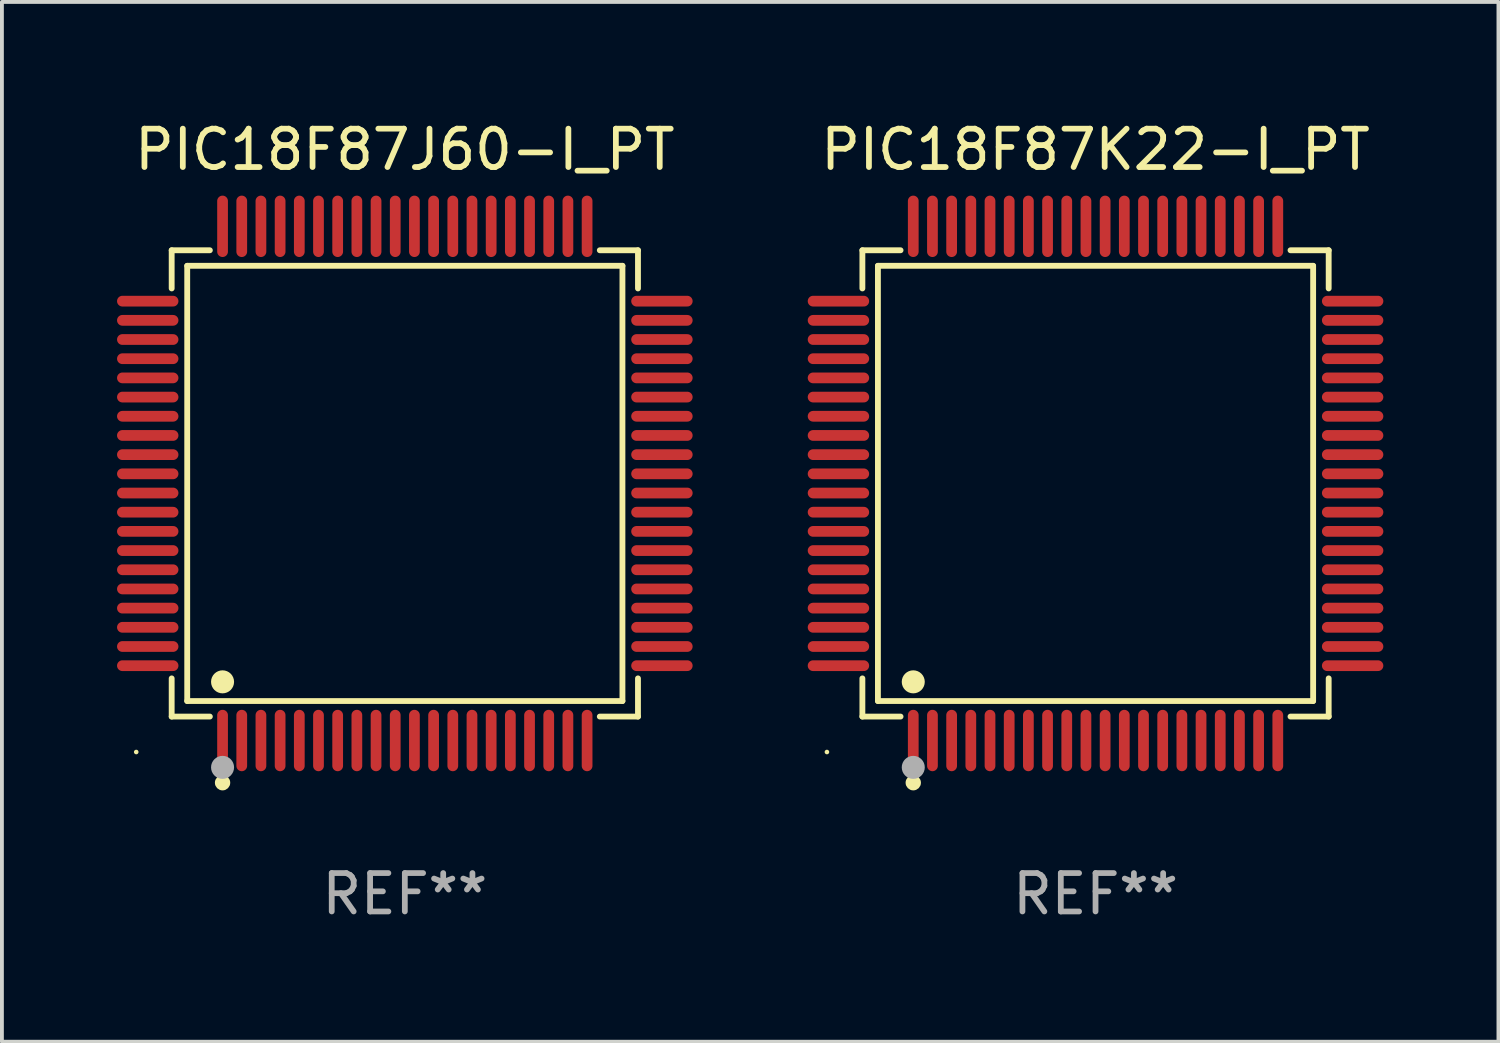
<source format=kicad_pcb>
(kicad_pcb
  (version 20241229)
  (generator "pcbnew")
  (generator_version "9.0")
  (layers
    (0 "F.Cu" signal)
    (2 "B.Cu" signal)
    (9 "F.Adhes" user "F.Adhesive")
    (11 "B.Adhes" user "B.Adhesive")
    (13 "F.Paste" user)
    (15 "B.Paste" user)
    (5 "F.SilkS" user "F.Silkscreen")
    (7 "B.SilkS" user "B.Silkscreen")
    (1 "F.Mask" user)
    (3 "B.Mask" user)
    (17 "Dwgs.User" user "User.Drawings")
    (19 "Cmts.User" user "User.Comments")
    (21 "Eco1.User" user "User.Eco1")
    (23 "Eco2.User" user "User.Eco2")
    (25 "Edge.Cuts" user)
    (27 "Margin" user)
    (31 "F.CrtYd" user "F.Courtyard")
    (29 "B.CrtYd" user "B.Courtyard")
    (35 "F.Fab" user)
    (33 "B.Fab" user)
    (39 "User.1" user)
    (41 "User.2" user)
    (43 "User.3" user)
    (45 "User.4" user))
  (footprint "PIC18F87J60-I_PT"
    (layer "F.Cu")
    (at 7.5 9.548)
    (property "Reference" "PIC18F87J60-I_PT" (at 0 -8.7 0) (layer "F.SilkS") (effects (font (size 1 1) (thickness 0.15))))
    (attr through_hole)
    (fp_line (start -6.076 -6.076) (end -5.081 -6.076) (stroke (width 0.152) (type solid)) (layer "F.SilkS"))
    (fp_line (start -6.076 -5.081) (end -6.076 -6.076) (stroke (width 0.152) (type solid)) (layer "F.SilkS"))
    (fp_line (start -6.076 5.081) (end -6.076 6.076) (stroke (width 0.152) (type solid)) (layer "F.SilkS"))
    (fp_line (start -6.076 6.076) (end -5.081 6.076) (stroke (width 0.152) (type solid)) (layer "F.SilkS"))
    (fp_line (start -5.671 -5.671) (end 5.671 -5.671) (stroke (width 0.152) (type solid)) (layer "F.SilkS"))
    (fp_line (start -5.671 5.671) (end -5.671 -5.671) (stroke (width 0.152) (type solid)) (layer "F.SilkS"))
    (fp_line (start 5.671 -5.671) (end 5.671 5.671) (stroke (width 0.152) (type solid)) (layer "F.SilkS"))
    (fp_line (start 5.671 5.671) (end -5.671 5.671) (stroke (width 0.152) (type solid)) (layer "F.SilkS"))
    (fp_line (start 6.076 -6.076) (end 5.081 -6.076) (stroke (width 0.152) (type solid)) (layer "F.SilkS"))
    (fp_line (start 6.076 -5.081) (end 6.076 -6.076) (stroke (width 0.152) (type solid)) (layer "F.SilkS"))
    (fp_line (start 6.076 5.081) (end 6.076 6.076) (stroke (width 0.152) (type solid)) (layer "F.SilkS"))
    (fp_line (start 6.076 6.076) (end 5.081 6.076) (stroke (width 0.152) (type solid)) (layer "F.SilkS"))
    (fp_circle (center -7 7) (end -6.97 7) (stroke (width 0.06) (type solid)) (fill no) (layer "F.SilkS"))
    (fp_circle (center -4.75 5.171) (end -4.6 5.171) (stroke (width 0.3) (type solid)) (fill no) (layer "F.SilkS"))
    (fp_circle (center -4.75 7.8) (end -4.65 7.8) (stroke (width 0.2) (type solid)) (fill no) (layer "F.SilkS"))
    (fp_circle (center -4.75 7.4) (end -4.6 7.4) (stroke (width 0.3) (type solid)) (fill no) (layer "F.Fab"))
    (fp_text user "REF**" (at 0 10.7 0) (layer "F.Fab") (effects (font (size 1 1) (thickness 0.15))))
    (pad "1" smd oval (at -4.75 6.7) (size 0.28 1.6) (layers "F.Cu" "F.Mask" "F.Paste"))
    (pad "2" smd oval (at -4.25 6.7) (size 0.28 1.6) (layers "F.Cu" "F.Mask" "F.Paste"))
    (pad "3" smd oval (at -3.75 6.7) (size 0.28 1.6) (layers "F.Cu" "F.Mask" "F.Paste"))
    (pad "4" smd oval (at -3.25 6.7) (size 0.28 1.6) (layers "F.Cu" "F.Mask" "F.Paste"))
    (pad "5" smd oval (at -2.75 6.7) (size 0.28 1.6) (layers "F.Cu" "F.Mask" "F.Paste"))
    (pad "6" smd oval (at -2.25 6.7) (size 0.28 1.6) (layers "F.Cu" "F.Mask" "F.Paste"))
    (pad "7" smd oval (at -1.75 6.7) (size 0.28 1.6) (layers "F.Cu" "F.Mask" "F.Paste"))
    (pad "8" smd oval (at -1.25 6.7) (size 0.28 1.6) (layers "F.Cu" "F.Mask" "F.Paste"))
    (pad "9" smd oval (at -0.75 6.7) (size 0.28 1.6) (layers "F.Cu" "F.Mask" "F.Paste"))
    (pad "10" smd oval (at -0.25 6.7) (size 0.28 1.6) (layers "F.Cu" "F.Mask" "F.Paste"))
    (pad "11" smd oval (at 0.25 6.7) (size 0.28 1.6) (layers "F.Cu" "F.Mask" "F.Paste"))
    (pad "12" smd oval (at 0.75 6.7) (size 0.28 1.6) (layers "F.Cu" "F.Mask" "F.Paste"))
    (pad "13" smd oval (at 1.25 6.7) (size 0.28 1.6) (layers "F.Cu" "F.Mask" "F.Paste"))
    (pad "14" smd oval (at 1.75 6.7) (size 0.28 1.6) (layers "F.Cu" "F.Mask" "F.Paste"))
    (pad "15" smd oval (at 2.25 6.7) (size 0.28 1.6) (layers "F.Cu" "F.Mask" "F.Paste"))
    (pad "16" smd oval (at 2.75 6.7) (size 0.28 1.6) (layers "F.Cu" "F.Mask" "F.Paste"))
    (pad "17" smd oval (at 3.25 6.7) (size 0.28 1.6) (layers "F.Cu" "F.Mask" "F.Paste"))
    (pad "18" smd oval (at 3.75 6.7) (size 0.28 1.6) (layers "F.Cu" "F.Mask" "F.Paste"))
    (pad "19" smd oval (at 4.25 6.7) (size 0.28 1.6) (layers "F.Cu" "F.Mask" "F.Paste"))
    (pad "20" smd oval (at 4.75 6.7) (size 0.28 1.6) (layers "F.Cu" "F.Mask" "F.Paste"))
    (pad "21" smd oval (at 6.7 4.75) (size 1.6 0.28) (layers "F.Cu" "F.Mask" "F.Paste"))
    (pad "22" smd oval (at 6.7 4.25) (size 1.6 0.28) (layers "F.Cu" "F.Mask" "F.Paste"))
    (pad "23" smd oval (at 6.7 3.75) (size 1.6 0.28) (layers "F.Cu" "F.Mask" "F.Paste"))
    (pad "24" smd oval (at 6.7 3.25) (size 1.6 0.28) (layers "F.Cu" "F.Mask" "F.Paste"))
    (pad "25" smd oval (at 6.7 2.75) (size 1.6 0.28) (layers "F.Cu" "F.Mask" "F.Paste"))
    (pad "26" smd oval (at 6.7 2.25) (size 1.6 0.28) (layers "F.Cu" "F.Mask" "F.Paste"))
    (pad "27" smd oval (at 6.7 1.75) (size 1.6 0.28) (layers "F.Cu" "F.Mask" "F.Paste"))
    (pad "28" smd oval (at 6.7 1.25) (size 1.6 0.28) (layers "F.Cu" "F.Mask" "F.Paste"))
    (pad "29" smd oval (at 6.7 0.75) (size 1.6 0.28) (layers "F.Cu" "F.Mask" "F.Paste"))
    (pad "30" smd oval (at 6.7 0.25) (size 1.6 0.28) (layers "F.Cu" "F.Mask" "F.Paste"))
    (pad "31" smd oval (at 6.7 -0.25) (size 1.6 0.28) (layers "F.Cu" "F.Mask" "F.Paste"))
    (pad "32" smd oval (at 6.7 -0.75) (size 1.6 0.28) (layers "F.Cu" "F.Mask" "F.Paste"))
    (pad "33" smd oval (at 6.7 -1.25) (size 1.6 0.28) (layers "F.Cu" "F.Mask" "F.Paste"))
    (pad "34" smd oval (at 6.7 -1.75) (size 1.6 0.28) (layers "F.Cu" "F.Mask" "F.Paste"))
    (pad "35" smd oval (at 6.7 -2.25) (size 1.6 0.28) (layers "F.Cu" "F.Mask" "F.Paste"))
    (pad "36" smd oval (at 6.7 -2.75) (size 1.6 0.28) (layers "F.Cu" "F.Mask" "F.Paste"))
    (pad "37" smd oval (at 6.7 -3.25) (size 1.6 0.28) (layers "F.Cu" "F.Mask" "F.Paste"))
    (pad "38" smd oval (at 6.7 -3.75) (size 1.6 0.28) (layers "F.Cu" "F.Mask" "F.Paste"))
    (pad "39" smd oval (at 6.7 -4.25) (size 1.6 0.28) (layers "F.Cu" "F.Mask" "F.Paste"))
    (pad "40" smd oval (at 6.7 -4.75) (size 1.6 0.28) (layers "F.Cu" "F.Mask" "F.Paste"))
    (pad "41" smd oval (at 4.75 -6.7) (size 0.28 1.6) (layers "F.Cu" "F.Mask" "F.Paste"))
    (pad "42" smd oval (at 4.25 -6.7) (size 0.28 1.6) (layers "F.Cu" "F.Mask" "F.Paste"))
    (pad "43" smd oval (at 3.75 -6.7) (size 0.28 1.6) (layers "F.Cu" "F.Mask" "F.Paste"))
    (pad "44" smd oval (at 3.25 -6.7) (size 0.28 1.6) (layers "F.Cu" "F.Mask" "F.Paste"))
    (pad "45" smd oval (at 2.75 -6.7) (size 0.28 1.6) (layers "F.Cu" "F.Mask" "F.Paste"))
    (pad "46" smd oval (at 2.25 -6.7) (size 0.28 1.6) (layers "F.Cu" "F.Mask" "F.Paste"))
    (pad "47" smd oval (at 1.75 -6.7) (size 0.28 1.6) (layers "F.Cu" "F.Mask" "F.Paste"))
    (pad "48" smd oval (at 1.25 -6.7) (size 0.28 1.6) (layers "F.Cu" "F.Mask" "F.Paste"))
    (pad "49" smd oval (at 0.75 -6.7) (size 0.28 1.6) (layers "F.Cu" "F.Mask" "F.Paste"))
    (pad "50" smd oval (at 0.25 -6.7) (size 0.28 1.6) (layers "F.Cu" "F.Mask" "F.Paste"))
    (pad "51" smd oval (at -0.25 -6.7) (size 0.28 1.6) (layers "F.Cu" "F.Mask" "F.Paste"))
    (pad "52" smd oval (at -0.75 -6.7) (size 0.28 1.6) (layers "F.Cu" "F.Mask" "F.Paste"))
    (pad "53" smd oval (at -1.25 -6.7) (size 0.28 1.6) (layers "F.Cu" "F.Mask" "F.Paste"))
    (pad "54" smd oval (at -1.75 -6.7) (size 0.28 1.6) (layers "F.Cu" "F.Mask" "F.Paste"))
    (pad "55" smd oval (at -2.25 -6.7) (size 0.28 1.6) (layers "F.Cu" "F.Mask" "F.Paste"))
    (pad "56" smd oval (at -2.75 -6.7) (size 0.28 1.6) (layers "F.Cu" "F.Mask" "F.Paste"))
    (pad "57" smd oval (at -3.25 -6.7) (size 0.28 1.6) (layers "F.Cu" "F.Mask" "F.Paste"))
    (pad "58" smd oval (at -3.75 -6.7) (size 0.28 1.6) (layers "F.Cu" "F.Mask" "F.Paste"))
    (pad "59" smd oval (at -4.25 -6.7) (size 0.28 1.6) (layers "F.Cu" "F.Mask" "F.Paste"))
    (pad "60" smd oval (at -4.75 -6.7) (size 0.28 1.6) (layers "F.Cu" "F.Mask" "F.Paste"))
    (pad "61" smd oval (at -6.7 -4.75) (size 1.6 0.28) (layers "F.Cu" "F.Mask" "F.Paste"))
    (pad "62" smd oval (at -6.7 -4.25) (size 1.6 0.28) (layers "F.Cu" "F.Mask" "F.Paste"))
    (pad "63" smd oval (at -6.7 -3.75) (size 1.6 0.28) (layers "F.Cu" "F.Mask" "F.Paste"))
    (pad "64" smd oval (at -6.7 -3.25) (size 1.6 0.28) (layers "F.Cu" "F.Mask" "F.Paste"))
    (pad "65" smd oval (at -6.7 -2.75) (size 1.6 0.28) (layers "F.Cu" "F.Mask" "F.Paste"))
    (pad "66" smd oval (at -6.7 -2.25) (size 1.6 0.28) (layers "F.Cu" "F.Mask" "F.Paste"))
    (pad "67" smd oval (at -6.7 -1.75) (size 1.6 0.28) (layers "F.Cu" "F.Mask" "F.Paste"))
    (pad "68" smd oval (at -6.7 -1.25) (size 1.6 0.28) (layers "F.Cu" "F.Mask" "F.Paste"))
    (pad "69" smd oval (at -6.7 -0.75) (size 1.6 0.28) (layers "F.Cu" "F.Mask" "F.Paste"))
    (pad "70" smd oval (at -6.7 -0.25) (size 1.6 0.28) (layers "F.Cu" "F.Mask" "F.Paste"))
    (pad "71" smd oval (at -6.7 0.25) (size 1.6 0.28) (layers "F.Cu" "F.Mask" "F.Paste"))
    (pad "72" smd oval (at -6.7 0.75) (size 1.6 0.28) (layers "F.Cu" "F.Mask" "F.Paste"))
    (pad "73" smd oval (at -6.7 1.25) (size 1.6 0.28) (layers "F.Cu" "F.Mask" "F.Paste"))
    (pad "74" smd oval (at -6.7 1.75) (size 1.6 0.28) (layers "F.Cu" "F.Mask" "F.Paste"))
    (pad "75" smd oval (at -6.7 2.25) (size 1.6 0.28) (layers "F.Cu" "F.Mask" "F.Paste"))
    (pad "76" smd oval (at -6.7 2.75) (size 1.6 0.28) (layers "F.Cu" "F.Mask" "F.Paste"))
    (pad "77" smd oval (at -6.7 3.25) (size 1.6 0.28) (layers "F.Cu" "F.Mask" "F.Paste"))
    (pad "78" smd oval (at -6.7 3.75) (size 1.6 0.28) (layers "F.Cu" "F.Mask" "F.Paste"))
    (pad "79" smd oval (at -6.7 4.25) (size 1.6 0.28) (layers "F.Cu" "F.Mask" "F.Paste"))
    (pad "80" smd oval (at -6.7 4.75) (size 1.6 0.28) (layers "F.Cu" "F.Mask" "F.Paste")))
  (footprint "PIC18F87K22-I_PT"
    (layer "F.Cu")
    (at 25.5 9.548)
    (property "Reference" "PIC18F87K22-I_PT" (at 0 -8.7 0) (layer "F.SilkS") (effects (font (size 1 1) (thickness 0.15))))
    (attr through_hole)
    (fp_line (start -6.076 -6.076) (end -5.081 -6.076) (stroke (width 0.152) (type solid)) (layer "F.SilkS"))
    (fp_line (start -6.076 -5.081) (end -6.076 -6.076) (stroke (width 0.152) (type solid)) (layer "F.SilkS"))
    (fp_line (start -6.076 5.081) (end -6.076 6.076) (stroke (width 0.152) (type solid)) (layer "F.SilkS"))
    (fp_line (start -6.076 6.076) (end -5.081 6.076) (stroke (width 0.152) (type solid)) (layer "F.SilkS"))
    (fp_line (start -5.671 -5.671) (end 5.671 -5.671) (stroke (width 0.152) (type solid)) (layer "F.SilkS"))
    (fp_line (start -5.671 5.671) (end -5.671 -5.671) (stroke (width 0.152) (type solid)) (layer "F.SilkS"))
    (fp_line (start 5.671 -5.671) (end 5.671 5.671) (stroke (width 0.152) (type solid)) (layer "F.SilkS"))
    (fp_line (start 5.671 5.671) (end -5.671 5.671) (stroke (width 0.152) (type solid)) (layer "F.SilkS"))
    (fp_line (start 6.076 -6.076) (end 5.081 -6.076) (stroke (width 0.152) (type solid)) (layer "F.SilkS"))
    (fp_line (start 6.076 -5.081) (end 6.076 -6.076) (stroke (width 0.152) (type solid)) (layer "F.SilkS"))
    (fp_line (start 6.076 5.081) (end 6.076 6.076) (stroke (width 0.152) (type solid)) (layer "F.SilkS"))
    (fp_line (start 6.076 6.076) (end 5.081 6.076) (stroke (width 0.152) (type solid)) (layer "F.SilkS"))
    (fp_circle (center -7 7) (end -6.97 7) (stroke (width 0.06) (type solid)) (fill no) (layer "F.SilkS"))
    (fp_circle (center -4.75 5.171) (end -4.6 5.171) (stroke (width 0.3) (type solid)) (fill no) (layer "F.SilkS"))
    (fp_circle (center -4.75 7.8) (end -4.65 7.8) (stroke (width 0.2) (type solid)) (fill no) (layer "F.SilkS"))
    (fp_circle (center -4.75 7.4) (end -4.6 7.4) (stroke (width 0.3) (type solid)) (fill no) (layer "F.Fab"))
    (fp_text user "REF**" (at 0 10.7 0) (layer "F.Fab") (effects (font (size 1 1) (thickness 0.15))))
    (pad "1" smd oval (at -4.75 6.7) (size 0.28 1.6) (layers "F.Cu" "F.Mask" "F.Paste"))
    (pad "2" smd oval (at -4.25 6.7) (size 0.28 1.6) (layers "F.Cu" "F.Mask" "F.Paste"))
    (pad "3" smd oval (at -3.75 6.7) (size 0.28 1.6) (layers "F.Cu" "F.Mask" "F.Paste"))
    (pad "4" smd oval (at -3.25 6.7) (size 0.28 1.6) (layers "F.Cu" "F.Mask" "F.Paste"))
    (pad "5" smd oval (at -2.75 6.7) (size 0.28 1.6) (layers "F.Cu" "F.Mask" "F.Paste"))
    (pad "6" smd oval (at -2.25 6.7) (size 0.28 1.6) (layers "F.Cu" "F.Mask" "F.Paste"))
    (pad "7" smd oval (at -1.75 6.7) (size 0.28 1.6) (layers "F.Cu" "F.Mask" "F.Paste"))
    (pad "8" smd oval (at -1.25 6.7) (size 0.28 1.6) (layers "F.Cu" "F.Mask" "F.Paste"))
    (pad "9" smd oval (at -0.75 6.7) (size 0.28 1.6) (layers "F.Cu" "F.Mask" "F.Paste"))
    (pad "10" smd oval (at -0.25 6.7) (size 0.28 1.6) (layers "F.Cu" "F.Mask" "F.Paste"))
    (pad "11" smd oval (at 0.25 6.7) (size 0.28 1.6) (layers "F.Cu" "F.Mask" "F.Paste"))
    (pad "12" smd oval (at 0.75 6.7) (size 0.28 1.6) (layers "F.Cu" "F.Mask" "F.Paste"))
    (pad "13" smd oval (at 1.25 6.7) (size 0.28 1.6) (layers "F.Cu" "F.Mask" "F.Paste"))
    (pad "14" smd oval (at 1.75 6.7) (size 0.28 1.6) (layers "F.Cu" "F.Mask" "F.Paste"))
    (pad "15" smd oval (at 2.25 6.7) (size 0.28 1.6) (layers "F.Cu" "F.Mask" "F.Paste"))
    (pad "16" smd oval (at 2.75 6.7) (size 0.28 1.6) (layers "F.Cu" "F.Mask" "F.Paste"))
    (pad "17" smd oval (at 3.25 6.7) (size 0.28 1.6) (layers "F.Cu" "F.Mask" "F.Paste"))
    (pad "18" smd oval (at 3.75 6.7) (size 0.28 1.6) (layers "F.Cu" "F.Mask" "F.Paste"))
    (pad "19" smd oval (at 4.25 6.7) (size 0.28 1.6) (layers "F.Cu" "F.Mask" "F.Paste"))
    (pad "20" smd oval (at 4.75 6.7) (size 0.28 1.6) (layers "F.Cu" "F.Mask" "F.Paste"))
    (pad "21" smd oval (at 6.7 4.75) (size 1.6 0.28) (layers "F.Cu" "F.Mask" "F.Paste"))
    (pad "22" smd oval (at 6.7 4.25) (size 1.6 0.28) (layers "F.Cu" "F.Mask" "F.Paste"))
    (pad "23" smd oval (at 6.7 3.75) (size 1.6 0.28) (layers "F.Cu" "F.Mask" "F.Paste"))
    (pad "24" smd oval (at 6.7 3.25) (size 1.6 0.28) (layers "F.Cu" "F.Mask" "F.Paste"))
    (pad "25" smd oval (at 6.7 2.75) (size 1.6 0.28) (layers "F.Cu" "F.Mask" "F.Paste"))
    (pad "26" smd oval (at 6.7 2.25) (size 1.6 0.28) (layers "F.Cu" "F.Mask" "F.Paste"))
    (pad "27" smd oval (at 6.7 1.75) (size 1.6 0.28) (layers "F.Cu" "F.Mask" "F.Paste"))
    (pad "28" smd oval (at 6.7 1.25) (size 1.6 0.28) (layers "F.Cu" "F.Mask" "F.Paste"))
    (pad "29" smd oval (at 6.7 0.75) (size 1.6 0.28) (layers "F.Cu" "F.Mask" "F.Paste"))
    (pad "30" smd oval (at 6.7 0.25) (size 1.6 0.28) (layers "F.Cu" "F.Mask" "F.Paste"))
    (pad "31" smd oval (at 6.7 -0.25) (size 1.6 0.28) (layers "F.Cu" "F.Mask" "F.Paste"))
    (pad "32" smd oval (at 6.7 -0.75) (size 1.6 0.28) (layers "F.Cu" "F.Mask" "F.Paste"))
    (pad "33" smd oval (at 6.7 -1.25) (size 1.6 0.28) (layers "F.Cu" "F.Mask" "F.Paste"))
    (pad "34" smd oval (at 6.7 -1.75) (size 1.6 0.28) (layers "F.Cu" "F.Mask" "F.Paste"))
    (pad "35" smd oval (at 6.7 -2.25) (size 1.6 0.28) (layers "F.Cu" "F.Mask" "F.Paste"))
    (pad "36" smd oval (at 6.7 -2.75) (size 1.6 0.28) (layers "F.Cu" "F.Mask" "F.Paste"))
    (pad "37" smd oval (at 6.7 -3.25) (size 1.6 0.28) (layers "F.Cu" "F.Mask" "F.Paste"))
    (pad "38" smd oval (at 6.7 -3.75) (size 1.6 0.28) (layers "F.Cu" "F.Mask" "F.Paste"))
    (pad "39" smd oval (at 6.7 -4.25) (size 1.6 0.28) (layers "F.Cu" "F.Mask" "F.Paste"))
    (pad "40" smd oval (at 6.7 -4.75) (size 1.6 0.28) (layers "F.Cu" "F.Mask" "F.Paste"))
    (pad "41" smd oval (at 4.75 -6.7) (size 0.28 1.6) (layers "F.Cu" "F.Mask" "F.Paste"))
    (pad "42" smd oval (at 4.25 -6.7) (size 0.28 1.6) (layers "F.Cu" "F.Mask" "F.Paste"))
    (pad "43" smd oval (at 3.75 -6.7) (size 0.28 1.6) (layers "F.Cu" "F.Mask" "F.Paste"))
    (pad "44" smd oval (at 3.25 -6.7) (size 0.28 1.6) (layers "F.Cu" "F.Mask" "F.Paste"))
    (pad "45" smd oval (at 2.75 -6.7) (size 0.28 1.6) (layers "F.Cu" "F.Mask" "F.Paste"))
    (pad "46" smd oval (at 2.25 -6.7) (size 0.28 1.6) (layers "F.Cu" "F.Mask" "F.Paste"))
    (pad "47" smd oval (at 1.75 -6.7) (size 0.28 1.6) (layers "F.Cu" "F.Mask" "F.Paste"))
    (pad "48" smd oval (at 1.25 -6.7) (size 0.28 1.6) (layers "F.Cu" "F.Mask" "F.Paste"))
    (pad "49" smd oval (at 0.75 -6.7) (size 0.28 1.6) (layers "F.Cu" "F.Mask" "F.Paste"))
    (pad "50" smd oval (at 0.25 -6.7) (size 0.28 1.6) (layers "F.Cu" "F.Mask" "F.Paste"))
    (pad "51" smd oval (at -0.25 -6.7) (size 0.28 1.6) (layers "F.Cu" "F.Mask" "F.Paste"))
    (pad "52" smd oval (at -0.75 -6.7) (size 0.28 1.6) (layers "F.Cu" "F.Mask" "F.Paste"))
    (pad "53" smd oval (at -1.25 -6.7) (size 0.28 1.6) (layers "F.Cu" "F.Mask" "F.Paste"))
    (pad "54" smd oval (at -1.75 -6.7) (size 0.28 1.6) (layers "F.Cu" "F.Mask" "F.Paste"))
    (pad "55" smd oval (at -2.25 -6.7) (size 0.28 1.6) (layers "F.Cu" "F.Mask" "F.Paste"))
    (pad "56" smd oval (at -2.75 -6.7) (size 0.28 1.6) (layers "F.Cu" "F.Mask" "F.Paste"))
    (pad "57" smd oval (at -3.25 -6.7) (size 0.28 1.6) (layers "F.Cu" "F.Mask" "F.Paste"))
    (pad "58" smd oval (at -3.75 -6.7) (size 0.28 1.6) (layers "F.Cu" "F.Mask" "F.Paste"))
    (pad "59" smd oval (at -4.25 -6.7) (size 0.28 1.6) (layers "F.Cu" "F.Mask" "F.Paste"))
    (pad "60" smd oval (at -4.75 -6.7) (size 0.28 1.6) (layers "F.Cu" "F.Mask" "F.Paste"))
    (pad "61" smd oval (at -6.7 -4.75) (size 1.6 0.28) (layers "F.Cu" "F.Mask" "F.Paste"))
    (pad "62" smd oval (at -6.7 -4.25) (size 1.6 0.28) (layers "F.Cu" "F.Mask" "F.Paste"))
    (pad "63" smd oval (at -6.7 -3.75) (size 1.6 0.28) (layers "F.Cu" "F.Mask" "F.Paste"))
    (pad "64" smd oval (at -6.7 -3.25) (size 1.6 0.28) (layers "F.Cu" "F.Mask" "F.Paste"))
    (pad "65" smd oval (at -6.7 -2.75) (size 1.6 0.28) (layers "F.Cu" "F.Mask" "F.Paste"))
    (pad "66" smd oval (at -6.7 -2.25) (size 1.6 0.28) (layers "F.Cu" "F.Mask" "F.Paste"))
    (pad "67" smd oval (at -6.7 -1.75) (size 1.6 0.28) (layers "F.Cu" "F.Mask" "F.Paste"))
    (pad "68" smd oval (at -6.7 -1.25) (size 1.6 0.28) (layers "F.Cu" "F.Mask" "F.Paste"))
    (pad "69" smd oval (at -6.7 -0.75) (size 1.6 0.28) (layers "F.Cu" "F.Mask" "F.Paste"))
    (pad "70" smd oval (at -6.7 -0.25) (size 1.6 0.28) (layers "F.Cu" "F.Mask" "F.Paste"))
    (pad "71" smd oval (at -6.7 0.25) (size 1.6 0.28) (layers "F.Cu" "F.Mask" "F.Paste"))
    (pad "72" smd oval (at -6.7 0.75) (size 1.6 0.28) (layers "F.Cu" "F.Mask" "F.Paste"))
    (pad "73" smd oval (at -6.7 1.25) (size 1.6 0.28) (layers "F.Cu" "F.Mask" "F.Paste"))
    (pad "74" smd oval (at -6.7 1.75) (size 1.6 0.28) (layers "F.Cu" "F.Mask" "F.Paste"))
    (pad "75" smd oval (at -6.7 2.25) (size 1.6 0.28) (layers "F.Cu" "F.Mask" "F.Paste"))
    (pad "76" smd oval (at -6.7 2.75) (size 1.6 0.28) (layers "F.Cu" "F.Mask" "F.Paste"))
    (pad "77" smd oval (at -6.7 3.25) (size 1.6 0.28) (layers "F.Cu" "F.Mask" "F.Paste"))
    (pad "78" smd oval (at -6.7 3.75) (size 1.6 0.28) (layers "F.Cu" "F.Mask" "F.Paste"))
    (pad "79" smd oval (at -6.7 4.25) (size 1.6 0.28) (layers "F.Cu" "F.Mask" "F.Paste"))
    (pad "80" smd oval (at -6.7 4.75) (size 1.6 0.28) (layers "F.Cu" "F.Mask" "F.Paste")))
  (gr_rect
    (start -3 -3)
    (end 36 24.097)
    (stroke (width 0.1) (type default))
    (fill no)
    (layer "Edge.Cuts")))
</source>
